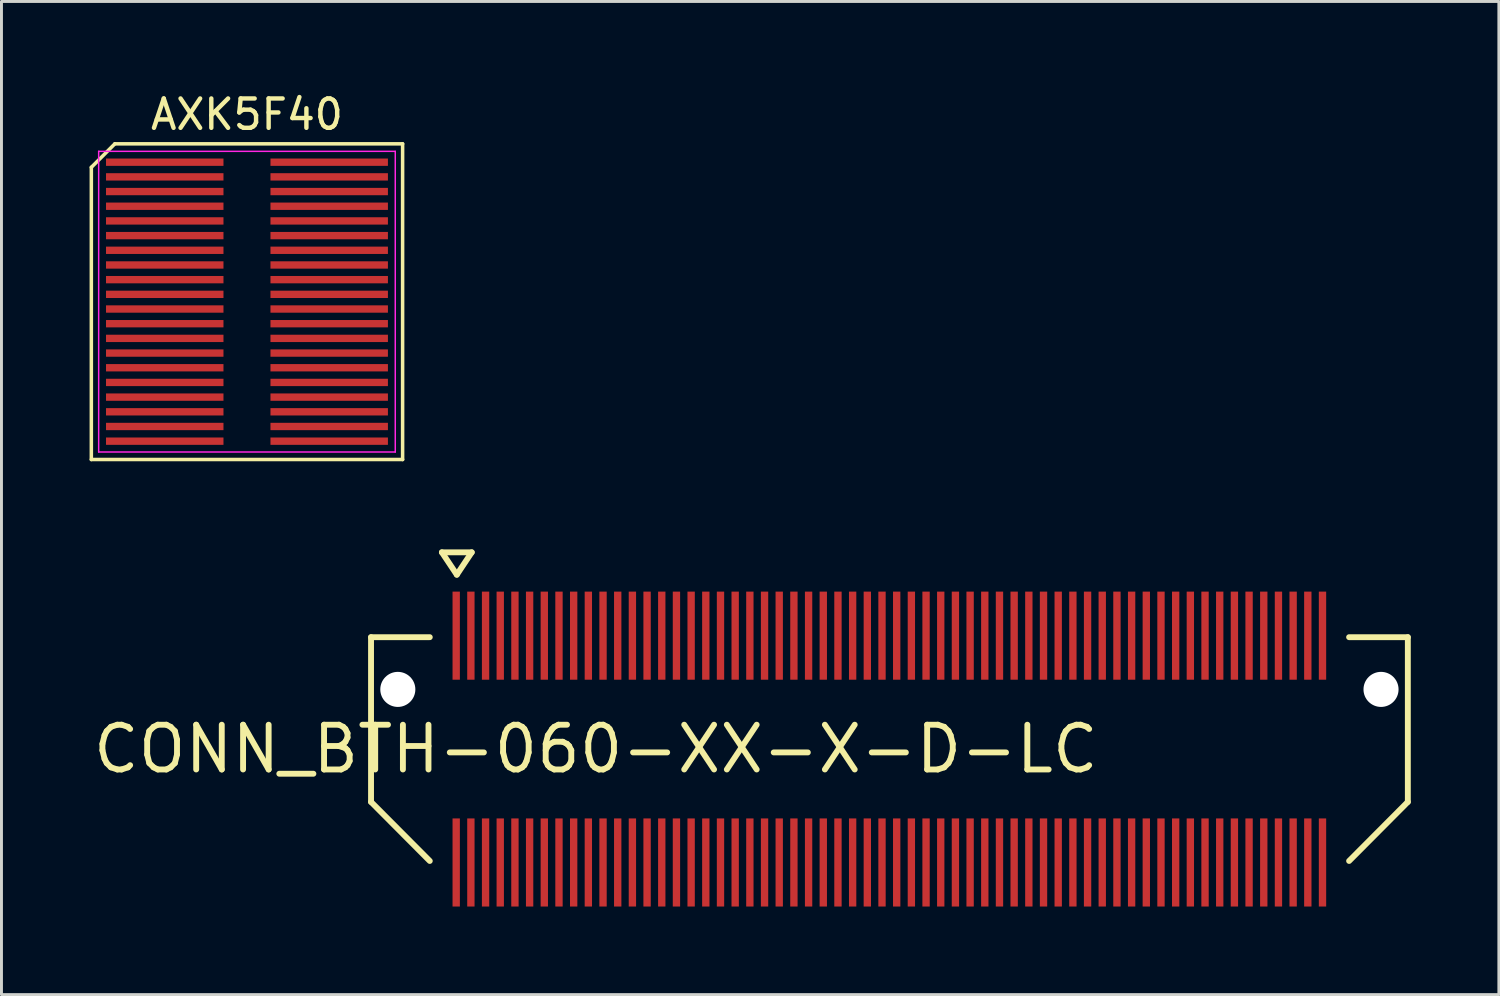
<source format=kicad_pcb>
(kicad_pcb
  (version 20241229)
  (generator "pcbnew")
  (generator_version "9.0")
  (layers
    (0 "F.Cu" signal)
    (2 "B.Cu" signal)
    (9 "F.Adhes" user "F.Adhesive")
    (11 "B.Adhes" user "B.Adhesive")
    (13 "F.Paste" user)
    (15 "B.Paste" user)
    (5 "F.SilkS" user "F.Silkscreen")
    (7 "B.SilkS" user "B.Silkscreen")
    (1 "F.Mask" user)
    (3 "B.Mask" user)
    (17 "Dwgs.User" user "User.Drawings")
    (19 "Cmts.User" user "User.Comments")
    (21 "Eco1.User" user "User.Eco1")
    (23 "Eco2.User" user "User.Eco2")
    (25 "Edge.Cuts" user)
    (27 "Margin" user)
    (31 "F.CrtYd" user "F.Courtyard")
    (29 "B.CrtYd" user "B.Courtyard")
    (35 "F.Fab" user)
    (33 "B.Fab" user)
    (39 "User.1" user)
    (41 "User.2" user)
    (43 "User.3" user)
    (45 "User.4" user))
  (footprint "AXK5F40"
    (layer "F.Cu")
    (at 5.36 7.223)
    (property "Reference" "AXK5F40" (at 0 -6.375 0) (layer "F.SilkS") (effects (font (size 1 1) (thickness 0.15))))
    (attr smd)
    (fp_line (start -5.3 -4.575) (end -4.5 -5.375) (stroke (width 0.12) (type default)) (layer "F.SilkS"))
    (fp_line (start -5.3 5.375) (end -5.3 -4.575) (stroke (width 0.12) (type default)) (layer "F.SilkS"))
    (fp_line (start -4.5 -5.375) (end 5.3 -5.375) (stroke (width 0.12) (type default)) (layer "F.SilkS"))
    (fp_line (start 5.3 -5.375) (end 5.3 5.375) (stroke (width 0.12) (type default)) (layer "F.SilkS"))
    (fp_line (start 5.3 5.375) (end -5.3 5.375) (stroke (width 0.12) (type default)) (layer "F.SilkS"))
    (fp_line (start -5.05 -5.12) (end 5.05 -5.12) (stroke (width 0.05) (type default)) (layer "F.CrtYd"))
    (fp_line (start -5.05 5.12) (end -5.05 -5.12) (stroke (width 0.05) (type default)) (layer "F.CrtYd"))
    (fp_line (start 5.05 -5.12) (end 5.05 5.12) (stroke (width 0.05) (type default)) (layer "F.CrtYd"))
    (fp_line (start 5.05 5.12) (end -5.05 5.12) (stroke (width 0.05) (type default)) (layer "F.CrtYd"))
    (pad "1" smd rect (at -2.8 -4.75 270) (size 0.25 4) (layers "F.Cu" "F.Mask" "F.Paste"))
    (pad "2" smd rect (at 2.8 -4.75 270) (size 0.25 4) (layers "F.Cu" "F.Mask" "F.Paste"))
    (pad "3" smd rect (at -2.8 -4.25 270) (size 0.25 4) (layers "F.Cu" "F.Mask" "F.Paste"))
    (pad "4" smd rect (at 2.8 -4.25 270) (size 0.25 4) (layers "F.Cu" "F.Mask" "F.Paste"))
    (pad "5" smd rect (at -2.8 -3.75 270) (size 0.25 4) (layers "F.Cu" "F.Mask" "F.Paste"))
    (pad "6" smd rect (at 2.8 -3.75 270) (size 0.25 4) (layers "F.Cu" "F.Mask" "F.Paste"))
    (pad "7" smd rect (at -2.8 -3.25 270) (size 0.25 4) (layers "F.Cu" "F.Mask" "F.Paste"))
    (pad "8" smd rect (at 2.8 -3.25 270) (size 0.25 4) (layers "F.Cu" "F.Mask" "F.Paste"))
    (pad "9" smd rect (at -2.8 -2.75 270) (size 0.25 4) (layers "F.Cu" "F.Mask" "F.Paste"))
    (pad "10" smd rect (at 2.8 -2.75 270) (size 0.25 4) (layers "F.Cu" "F.Mask" "F.Paste"))
    (pad "11" smd rect (at -2.8 -2.25 270) (size 0.25 4) (layers "F.Cu" "F.Mask" "F.Paste"))
    (pad "12" smd rect (at 2.8 -2.25 270) (size 0.25 4) (layers "F.Cu" "F.Mask" "F.Paste"))
    (pad "13" smd rect (at -2.8 -1.75 270) (size 0.25 4) (layers "F.Cu" "F.Mask" "F.Paste"))
    (pad "14" smd rect (at 2.8 -1.75 270) (size 0.25 4) (layers "F.Cu" "F.Mask" "F.Paste"))
    (pad "15" smd rect (at -2.8 -1.25 270) (size 0.25 4) (layers "F.Cu" "F.Mask" "F.Paste"))
    (pad "16" smd rect (at 2.8 -1.25 270) (size 0.25 4) (layers "F.Cu" "F.Mask" "F.Paste"))
    (pad "17" smd rect (at -2.8 -0.75 270) (size 0.25 4) (layers "F.Cu" "F.Mask" "F.Paste"))
    (pad "18" smd rect (at 2.8 -0.75 270) (size 0.25 4) (layers "F.Cu" "F.Mask" "F.Paste"))
    (pad "19" smd rect (at -2.8 -0.25 270) (size 0.25 4) (layers "F.Cu" "F.Mask" "F.Paste"))
    (pad "20" smd rect (at 2.8 -0.25 270) (size 0.25 4) (layers "F.Cu" "F.Mask" "F.Paste"))
    (pad "21" smd rect (at -2.8 0.25 270) (size 0.25 4) (layers "F.Cu" "F.Mask" "F.Paste"))
    (pad "22" smd rect (at 2.8 0.25 270) (size 0.25 4) (layers "F.Cu" "F.Mask" "F.Paste"))
    (pad "23" smd rect (at -2.8 0.75 270) (size 0.25 4) (layers "F.Cu" "F.Mask" "F.Paste"))
    (pad "24" smd rect (at 2.8 0.75 270) (size 0.25 4) (layers "F.Cu" "F.Mask" "F.Paste"))
    (pad "25" smd rect (at -2.8 1.25 270) (size 0.25 4) (layers "F.Cu" "F.Mask" "F.Paste"))
    (pad "26" smd rect (at 2.8 1.25 270) (size 0.25 4) (layers "F.Cu" "F.Mask" "F.Paste"))
    (pad "27" smd rect (at -2.8 1.75 270) (size 0.25 4) (layers "F.Cu" "F.Mask" "F.Paste"))
    (pad "28" smd rect (at 2.8 1.75 270) (size 0.25 4) (layers "F.Cu" "F.Mask" "F.Paste"))
    (pad "29" smd rect (at -2.8 2.25 270) (size 0.25 4) (layers "F.Cu" "F.Mask" "F.Paste"))
    (pad "30" smd rect (at 2.8 2.25 270) (size 0.25 4) (layers "F.Cu" "F.Mask" "F.Paste"))
    (pad "31" smd rect (at -2.8 2.75 270) (size 0.25 4) (layers "F.Cu" "F.Mask" "F.Paste"))
    (pad "32" smd rect (at 2.8 2.75 270) (size 0.25 4) (layers "F.Cu" "F.Mask" "F.Paste"))
    (pad "33" smd rect (at -2.8 3.25 270) (size 0.25 4) (layers "F.Cu" "F.Mask" "F.Paste"))
    (pad "34" smd rect (at 2.8 3.25 270) (size 0.25 4) (layers "F.Cu" "F.Mask" "F.Paste"))
    (pad "35" smd rect (at -2.8 3.75 270) (size 0.25 4) (layers "F.Cu" "F.Mask" "F.Paste"))
    (pad "36" smd rect (at 2.8 3.75 270) (size 0.25 4) (layers "F.Cu" "F.Mask" "F.Paste"))
    (pad "37" smd rect (at -2.8 4.25 270) (size 0.25 4) (layers "F.Cu" "F.Mask" "F.Paste"))
    (pad "38" smd rect (at 2.8 4.25 270) (size 0.25 4) (layers "F.Cu" "F.Mask" "F.Paste"))
    (pad "39" smd rect (at -2.8 4.75 270) (size 0.25 4) (layers "F.Cu" "F.Mask" "F.Paste"))
    (pad "40" smd rect (at 2.8 4.75 270) (size 0.25 4) (layers "F.Cu" "F.Mask" "F.Paste")))
  (footprint "CONN_BTH-060-XX-X-D-LC"
    (layer "F.Cu")
    (at 27.238 22.458)
    (property "Reference" "CONN_BTH-060-XX-X-D-LC" (at -10 0 0) (layer "F.SilkS") (effects (font (size 1.524 1.524) (thickness 0.2))))
    (attr smd)
    (fp_line (start -17.653 -3.81) (end -17.653 1.8) (stroke (width 0.2) (type solid)) (layer "F.SilkS"))
    (fp_line (start -17.653 1.8) (end -15.653 3.81) (stroke (width 0.2) (type solid)) (layer "F.SilkS"))
    (fp_line (start -15.653 -3.81) (end -17.653 -3.81) (stroke (width 0.2) (type solid)) (layer "F.SilkS"))
    (fp_line (start -15.24 -6.7) (end -14.224 -6.7) (stroke (width 0.2) (type solid)) (layer "F.SilkS"))
    (fp_line (start -14.732 -5.938) (end -15.24 -6.7) (stroke (width 0.2) (type solid)) (layer "F.SilkS"))
    (fp_line (start -14.224 -6.7) (end -14.732 -5.938) (stroke (width 0.2) (type solid)) (layer "F.SilkS"))
    (fp_line (start 15.653 -3.81) (end 17.653 -3.81) (stroke (width 0.2) (type solid)) (layer "F.SilkS"))
    (fp_line (start 17.653 -3.81) (end 17.653 1.8) (stroke (width 0.2) (type solid)) (layer "F.SilkS"))
    (fp_line (start 17.653 1.8) (end 15.653 3.81) (stroke (width 0.2) (type solid)) (layer "F.SilkS"))
    (pad "" np_thru_hole circle (at -16.741 -2.032) (size 1.194 1.194) (drill 1.194) (layers "*.Cu" "*.Mask"))
    (pad "" np_thru_hole circle (at 16.74 -2.032) (size 1.194 1.194) (drill 1.194) (layers "*.Cu" "*.Mask"))
    (pad "1" smd rect (at -14.753 -3.862) (size 0.25 3) (layers "F.Cu" "F.Mask" "F.Paste"))
    (pad "2" smd rect (at -14.753 3.862) (size 0.25 3) (layers "F.Cu" "F.Mask" "F.Paste"))
    (pad "3" smd rect (at -14.253 -3.862) (size 0.25 3) (layers "F.Cu" "F.Mask" "F.Paste"))
    (pad "4" smd rect (at -14.253 3.862) (size 0.25 3) (layers "F.Cu" "F.Mask" "F.Paste"))
    (pad "5" smd rect (at -13.753 -3.862) (size 0.25 3) (layers "F.Cu" "F.Mask" "F.Paste"))
    (pad "6" smd rect (at -13.753 3.862) (size 0.25 3) (layers "F.Cu" "F.Mask" "F.Paste"))
    (pad "7" smd rect (at -13.253 -3.862) (size 0.25 3) (layers "F.Cu" "F.Mask" "F.Paste"))
    (pad "8" smd rect (at -13.253 3.862) (size 0.25 3) (layers "F.Cu" "F.Mask" "F.Paste"))
    (pad "9" smd rect (at -12.753 -3.862) (size 0.25 3) (layers "F.Cu" "F.Mask" "F.Paste"))
    (pad "10" smd rect (at -12.753 3.862) (size 0.25 3) (layers "F.Cu" "F.Mask" "F.Paste"))
    (pad "11" smd rect (at -12.253 -3.862) (size 0.25 3) (layers "F.Cu" "F.Mask" "F.Paste"))
    (pad "12" smd rect (at -12.253 3.862) (size 0.25 3) (layers "F.Cu" "F.Mask" "F.Paste"))
    (pad "13" smd rect (at -11.753 -3.862) (size 0.25 3) (layers "F.Cu" "F.Mask" "F.Paste"))
    (pad "14" smd rect (at -11.753 3.862) (size 0.25 3) (layers "F.Cu" "F.Mask" "F.Paste"))
    (pad "15" smd rect (at -11.253 -3.862) (size 0.25 3) (layers "F.Cu" "F.Mask" "F.Paste"))
    (pad "16" smd rect (at -11.253 3.862) (size 0.25 3) (layers "F.Cu" "F.Mask" "F.Paste"))
    (pad "17" smd rect (at -10.753 -3.862) (size 0.25 3) (layers "F.Cu" "F.Mask" "F.Paste"))
    (pad "18" smd rect (at -10.753 3.862) (size 0.25 3) (layers "F.Cu" "F.Mask" "F.Paste"))
    (pad "19" smd rect (at -10.253 -3.862) (size 0.25 3) (layers "F.Cu" "F.Mask" "F.Paste"))
    (pad "20" smd rect (at -10.253 3.862) (size 0.25 3) (layers "F.Cu" "F.Mask" "F.Paste"))
    (pad "21" smd rect (at -9.753 -3.862) (size 0.25 3) (layers "F.Cu" "F.Mask" "F.Paste"))
    (pad "22" smd rect (at -9.753 3.862) (size 0.25 3) (layers "F.Cu" "F.Mask" "F.Paste"))
    (pad "23" smd rect (at -9.253 -3.862) (size 0.25 3) (layers "F.Cu" "F.Mask" "F.Paste"))
    (pad "24" smd rect (at -9.253 3.862) (size 0.25 3) (layers "F.Cu" "F.Mask" "F.Paste"))
    (pad "25" smd rect (at -8.753 -3.862) (size 0.25 3) (layers "F.Cu" "F.Mask" "F.Paste"))
    (pad "26" smd rect (at -8.753 3.862) (size 0.25 3) (layers "F.Cu" "F.Mask" "F.Paste"))
    (pad "27" smd rect (at -8.253 -3.862) (size 0.25 3) (layers "F.Cu" "F.Mask" "F.Paste"))
    (pad "28" smd rect (at -8.253 3.862) (size 0.25 3) (layers "F.Cu" "F.Mask" "F.Paste"))
    (pad "29" smd rect (at -7.753 -3.862) (size 0.25 3) (layers "F.Cu" "F.Mask" "F.Paste"))
    (pad "30" smd rect (at -7.753 3.862) (size 0.25 3) (layers "F.Cu" "F.Mask" "F.Paste"))
    (pad "31" smd rect (at -7.253 -3.862) (size 0.25 3) (layers "F.Cu" "F.Mask" "F.Paste"))
    (pad "32" smd rect (at -7.253 3.862) (size 0.25 3) (layers "F.Cu" "F.Mask" "F.Paste"))
    (pad "33" smd rect (at -6.753 -3.862) (size 0.25 3) (layers "F.Cu" "F.Mask" "F.Paste"))
    (pad "34" smd rect (at -6.753 3.862) (size 0.25 3) (layers "F.Cu" "F.Mask" "F.Paste"))
    (pad "35" smd rect (at -6.253 -3.862) (size 0.25 3) (layers "F.Cu" "F.Mask" "F.Paste"))
    (pad "36" smd rect (at -6.253 3.862) (size 0.25 3) (layers "F.Cu" "F.Mask" "F.Paste"))
    (pad "37" smd rect (at -5.753 -3.862) (size 0.25 3) (layers "F.Cu" "F.Mask" "F.Paste"))
    (pad "38" smd rect (at -5.753 3.862) (size 0.25 3) (layers "F.Cu" "F.Mask" "F.Paste"))
    (pad "39" smd rect (at -5.253 -3.862) (size 0.25 3) (layers "F.Cu" "F.Mask" "F.Paste"))
    (pad "40" smd rect (at -5.253 3.862) (size 0.25 3) (layers "F.Cu" "F.Mask" "F.Paste"))
    (pad "41" smd rect (at -4.753 -3.862) (size 0.25 3) (layers "F.Cu" "F.Mask" "F.Paste"))
    (pad "42" smd rect (at -4.753 3.862) (size 0.25 3) (layers "F.Cu" "F.Mask" "F.Paste"))
    (pad "43" smd rect (at -4.253 -3.862) (size 0.25 3) (layers "F.Cu" "F.Mask" "F.Paste"))
    (pad "44" smd rect (at -4.253 3.862) (size 0.25 3) (layers "F.Cu" "F.Mask" "F.Paste"))
    (pad "45" smd rect (at -3.753 -3.862) (size 0.25 3) (layers "F.Cu" "F.Mask" "F.Paste"))
    (pad "46" smd rect (at -3.753 3.862) (size 0.25 3) (layers "F.Cu" "F.Mask" "F.Paste"))
    (pad "47" smd rect (at -3.253 -3.862) (size 0.25 3) (layers "F.Cu" "F.Mask" "F.Paste"))
    (pad "48" smd rect (at -3.253 3.862) (size 0.25 3) (layers "F.Cu" "F.Mask" "F.Paste"))
    (pad "49" smd rect (at -2.753 -3.862) (size 0.25 3) (layers "F.Cu" "F.Mask" "F.Paste"))
    (pad "50" smd rect (at -2.753 3.862) (size 0.25 3) (layers "F.Cu" "F.Mask" "F.Paste"))
    (pad "51" smd rect (at -2.253 -3.862) (size 0.25 3) (layers "F.Cu" "F.Mask" "F.Paste"))
    (pad "52" smd rect (at -2.253 3.862) (size 0.25 3) (layers "F.Cu" "F.Mask" "F.Paste"))
    (pad "53" smd rect (at -1.753 -3.862) (size 0.25 3) (layers "F.Cu" "F.Mask" "F.Paste"))
    (pad "54" smd rect (at -1.753 3.862) (size 0.25 3) (layers "F.Cu" "F.Mask" "F.Paste"))
    (pad "55" smd rect (at -1.253 -3.862) (size 0.25 3) (layers "F.Cu" "F.Mask" "F.Paste"))
    (pad "56" smd rect (at -1.253 3.862) (size 0.25 3) (layers "F.Cu" "F.Mask" "F.Paste"))
    (pad "57" smd rect (at -0.753 -3.862) (size 0.25 3) (layers "F.Cu" "F.Mask" "F.Paste"))
    (pad "58" smd rect (at -0.753 3.862) (size 0.25 3) (layers "F.Cu" "F.Mask" "F.Paste"))
    (pad "59" smd rect (at -0.253 -3.862) (size 0.25 3) (layers "F.Cu" "F.Mask" "F.Paste"))
    (pad "60" smd rect (at -0.253 3.862) (size 0.25 3) (layers "F.Cu" "F.Mask" "F.Paste"))
    (pad "61" smd rect (at 0.247 -3.862) (size 0.25 3) (layers "F.Cu" "F.Mask" "F.Paste"))
    (pad "62" smd rect (at 0.247 3.862) (size 0.25 3) (layers "F.Cu" "F.Mask" "F.Paste"))
    (pad "63" smd rect (at 0.747 -3.862) (size 0.25 3) (layers "F.Cu" "F.Mask" "F.Paste"))
    (pad "64" smd rect (at 0.747 3.862) (size 0.25 3) (layers "F.Cu" "F.Mask" "F.Paste"))
    (pad "65" smd rect (at 1.247 -3.862) (size 0.25 3) (layers "F.Cu" "F.Mask" "F.Paste"))
    (pad "66" smd rect (at 1.247 3.862) (size 0.25 3) (layers "F.Cu" "F.Mask" "F.Paste"))
    (pad "67" smd rect (at 1.747 -3.862) (size 0.25 3) (layers "F.Cu" "F.Mask" "F.Paste"))
    (pad "68" smd rect (at 1.747 3.862) (size 0.25 3) (layers "F.Cu" "F.Mask" "F.Paste"))
    (pad "69" smd rect (at 2.247 -3.862) (size 0.25 3) (layers "F.Cu" "F.Mask" "F.Paste"))
    (pad "70" smd rect (at 2.247 3.862) (size 0.25 3) (layers "F.Cu" "F.Mask" "F.Paste"))
    (pad "71" smd rect (at 2.747 -3.862) (size 0.25 3) (layers "F.Cu" "F.Mask" "F.Paste"))
    (pad "72" smd rect (at 2.747 3.862) (size 0.25 3) (layers "F.Cu" "F.Mask" "F.Paste"))
    (pad "73" smd rect (at 3.247 -3.862) (size 0.25 3) (layers "F.Cu" "F.Mask" "F.Paste"))
    (pad "74" smd rect (at 3.247 3.862) (size 0.25 3) (layers "F.Cu" "F.Mask" "F.Paste"))
    (pad "75" smd rect (at 3.747 -3.862) (size 0.25 3) (layers "F.Cu" "F.Mask" "F.Paste"))
    (pad "76" smd rect (at 3.747 3.862) (size 0.25 3) (layers "F.Cu" "F.Mask" "F.Paste"))
    (pad "77" smd rect (at 4.247 -3.862) (size 0.25 3) (layers "F.Cu" "F.Mask" "F.Paste"))
    (pad "78" smd rect (at 4.247 3.862) (size 0.25 3) (layers "F.Cu" "F.Mask" "F.Paste"))
    (pad "79" smd rect (at 4.747 -3.862) (size 0.25 3) (layers "F.Cu" "F.Mask" "F.Paste"))
    (pad "80" smd rect (at 4.747 3.862) (size 0.25 3) (layers "F.Cu" "F.Mask" "F.Paste"))
    (pad "81" smd rect (at 5.247 -3.862) (size 0.25 3) (layers "F.Cu" "F.Mask" "F.Paste"))
    (pad "82" smd rect (at 5.247 3.862) (size 0.25 3) (layers "F.Cu" "F.Mask" "F.Paste"))
    (pad "83" smd rect (at 5.747 -3.862) (size 0.25 3) (layers "F.Cu" "F.Mask" "F.Paste"))
    (pad "84" smd rect (at 5.747 3.862) (size 0.25 3) (layers "F.Cu" "F.Mask" "F.Paste"))
    (pad "85" smd rect (at 6.247 -3.862) (size 0.25 3) (layers "F.Cu" "F.Mask" "F.Paste"))
    (pad "86" smd rect (at 6.247 3.862) (size 0.25 3) (layers "F.Cu" "F.Mask" "F.Paste"))
    (pad "87" smd rect (at 6.747 -3.862) (size 0.25 3) (layers "F.Cu" "F.Mask" "F.Paste"))
    (pad "88" smd rect (at 6.747 3.862) (size 0.25 3) (layers "F.Cu" "F.Mask" "F.Paste"))
    (pad "89" smd rect (at 7.247 -3.862) (size 0.25 3) (layers "F.Cu" "F.Mask" "F.Paste"))
    (pad "90" smd rect (at 7.247 3.862) (size 0.25 3) (layers "F.Cu" "F.Mask" "F.Paste"))
    (pad "91" smd rect (at 7.747 -3.862) (size 0.25 3) (layers "F.Cu" "F.Mask" "F.Paste"))
    (pad "92" smd rect (at 7.747 3.862) (size 0.25 3) (layers "F.Cu" "F.Mask" "F.Paste"))
    (pad "93" smd rect (at 8.247 -3.862) (size 0.25 3) (layers "F.Cu" "F.Mask" "F.Paste"))
    (pad "94" smd rect (at 8.247 3.862) (size 0.25 3) (layers "F.Cu" "F.Mask" "F.Paste"))
    (pad "95" smd rect (at 8.747 -3.862) (size 0.25 3) (layers "F.Cu" "F.Mask" "F.Paste"))
    (pad "96" smd rect (at 8.747 3.862) (size 0.25 3) (layers "F.Cu" "F.Mask" "F.Paste"))
    (pad "97" smd rect (at 9.247 -3.862) (size 0.25 3) (layers "F.Cu" "F.Mask" "F.Paste"))
    (pad "98" smd rect (at 9.247 3.862) (size 0.25 3) (layers "F.Cu" "F.Mask" "F.Paste"))
    (pad "99" smd rect (at 9.747 -3.862) (size 0.25 3) (layers "F.Cu" "F.Mask" "F.Paste"))
    (pad "100" smd rect (at 9.747 3.862) (size 0.25 3) (layers "F.Cu" "F.Mask" "F.Paste"))
    (pad "101" smd rect (at 10.247 -3.862) (size 0.25 3) (layers "F.Cu" "F.Mask" "F.Paste"))
    (pad "102" smd rect (at 10.247 3.862) (size 0.25 3) (layers "F.Cu" "F.Mask" "F.Paste"))
    (pad "103" smd rect (at 10.747 -3.862) (size 0.25 3) (layers "F.Cu" "F.Mask" "F.Paste"))
    (pad "104" smd rect (at 10.747 3.862) (size 0.25 3) (layers "F.Cu" "F.Mask" "F.Paste"))
    (pad "105" smd rect (at 11.247 -3.862) (size 0.25 3) (layers "F.Cu" "F.Mask" "F.Paste"))
    (pad "106" smd rect (at 11.247 3.862) (size 0.25 3) (layers "F.Cu" "F.Mask" "F.Paste"))
    (pad "107" smd rect (at 11.747 -3.862) (size 0.25 3) (layers "F.Cu" "F.Mask" "F.Paste"))
    (pad "108" smd rect (at 11.747 3.862) (size 0.25 3) (layers "F.Cu" "F.Mask" "F.Paste"))
    (pad "109" smd rect (at 12.247 -3.862) (size 0.25 3) (layers "F.Cu" "F.Mask" "F.Paste"))
    (pad "110" smd rect (at 12.247 3.862) (size 0.25 3) (layers "F.Cu" "F.Mask" "F.Paste"))
    (pad "111" smd rect (at 12.747 -3.862) (size 0.25 3) (layers "F.Cu" "F.Mask" "F.Paste"))
    (pad "112" smd rect (at 12.747 3.862) (size 0.25 3) (layers "F.Cu" "F.Mask" "F.Paste"))
    (pad "113" smd rect (at 13.247 -3.862) (size 0.25 3) (layers "F.Cu" "F.Mask" "F.Paste"))
    (pad "114" smd rect (at 13.247 3.862) (size 0.25 3) (layers "F.Cu" "F.Mask" "F.Paste"))
    (pad "115" smd rect (at 13.747 -3.862) (size 0.25 3) (layers "F.Cu" "F.Mask" "F.Paste"))
    (pad "116" smd rect (at 13.747 3.862) (size 0.25 3) (layers "F.Cu" "F.Mask" "F.Paste"))
    (pad "117" smd rect (at 14.247 -3.862) (size 0.25 3) (layers "F.Cu" "F.Mask" "F.Paste"))
    (pad "118" smd rect (at 14.247 3.862) (size 0.25 3) (layers "F.Cu" "F.Mask" "F.Paste"))
    (pad "119" smd rect (at 14.747 -3.862) (size 0.25 3) (layers "F.Cu" "F.Mask" "F.Paste"))
    (pad "120" smd rect (at 14.747 3.862) (size 0.25 3) (layers "F.Cu" "F.Mask" "F.Paste")))
  (gr_rect
    (start -3 -3)
    (end 47.991 30.82)
    (stroke (width 0.1) (type default))
    (fill no)
    (layer "Edge.Cuts")))
</source>
